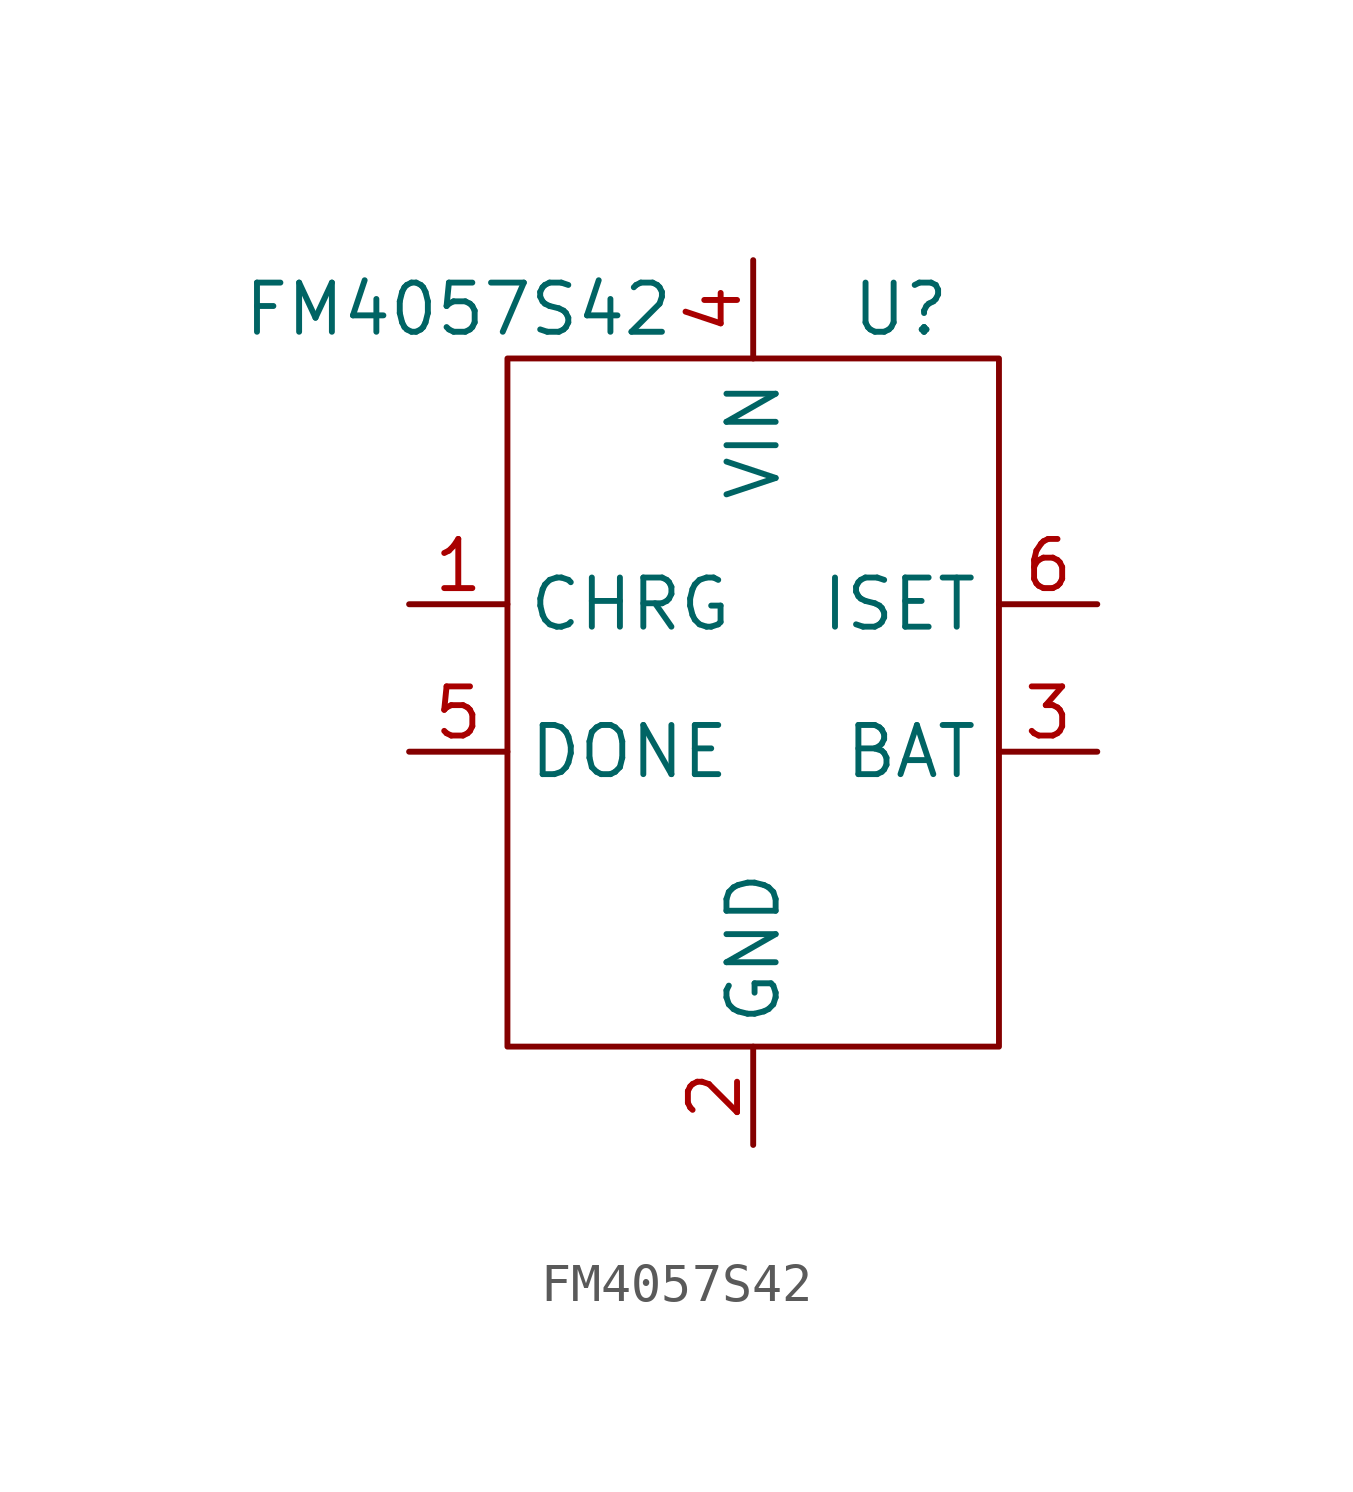
<source format=kicad_sym>
(kicad_symbol_lib
  (version 20211014)
  (generator kicad_symbol_editor)
  (symbol "FM4057S42"
    (property "Reference" "U"
      (at 3.81 11.43 0)
      (effects (font (size 1.27 1.27))))
    (property "Value" "FM4057S42"
      (at -7.62 11.43 0)
      (effects (font (size 1.27 1.27))))
    (symbol "FM4057S42_0_1"
      (rectangle (start -6.35 10.16) (end 6.35 -7.62) (stroke (width 0.152) (type default) (color 0 0 0 0)) (fill (type none))))
    (symbol "FM4057S42_1_1"
      (pin open_collector line (at -8.89 3.81 0) (length 2.54) (name "CHRG" (effects (font (size 1.27 1.27)))) (number "1" (effects (font (size 1.27 1.27)))))
      (pin passive line (at 0 -10.16 90) (length 2.54) (name "GND" (effects (font (size 1.27 1.27)))) (number "2" (effects (font (size 1.27 1.27)))))
      (pin bidirectional line (at 8.89 0 180) (length 2.54) (name "BAT" (effects (font (size 1.27 1.27)))) (number "3" (effects (font (size 1.27 1.27)))))
      (pin power_in line (at 0 12.7 270) (length 2.54) (name "VIN" (effects (font (size 1.27 1.27)))) (number "4" (effects (font (size 1.27 1.27)))))
      (pin open_collector line (at -8.89 0 0) (length 2.54) (name "DONE" (effects (font (size 1.27 1.27)))) (number "5" (effects (font (size 1.27 1.27)))))
      (pin passive line (at 8.89 3.81 180) (length 2.54) (name "ISET" (effects (font (size 1.27 1.27)))) (number "6" (effects (font (size 1.27 1.27))))))))
</source>
